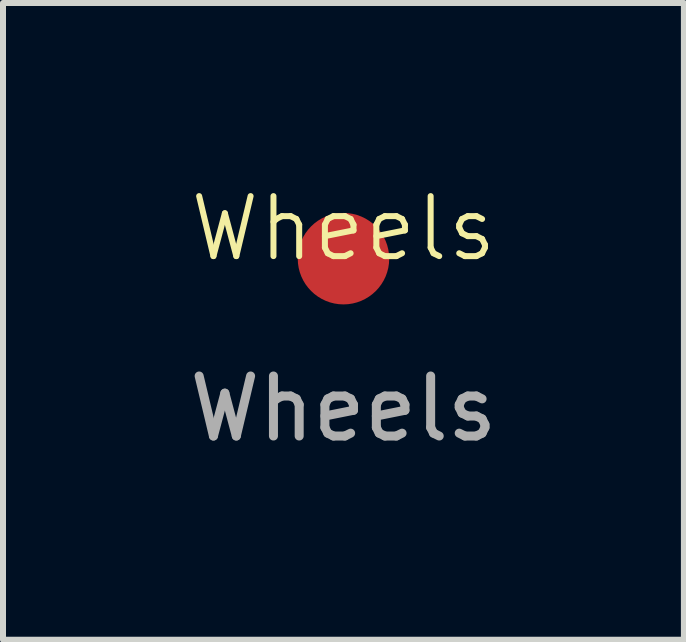
<source format=kicad_pcb>
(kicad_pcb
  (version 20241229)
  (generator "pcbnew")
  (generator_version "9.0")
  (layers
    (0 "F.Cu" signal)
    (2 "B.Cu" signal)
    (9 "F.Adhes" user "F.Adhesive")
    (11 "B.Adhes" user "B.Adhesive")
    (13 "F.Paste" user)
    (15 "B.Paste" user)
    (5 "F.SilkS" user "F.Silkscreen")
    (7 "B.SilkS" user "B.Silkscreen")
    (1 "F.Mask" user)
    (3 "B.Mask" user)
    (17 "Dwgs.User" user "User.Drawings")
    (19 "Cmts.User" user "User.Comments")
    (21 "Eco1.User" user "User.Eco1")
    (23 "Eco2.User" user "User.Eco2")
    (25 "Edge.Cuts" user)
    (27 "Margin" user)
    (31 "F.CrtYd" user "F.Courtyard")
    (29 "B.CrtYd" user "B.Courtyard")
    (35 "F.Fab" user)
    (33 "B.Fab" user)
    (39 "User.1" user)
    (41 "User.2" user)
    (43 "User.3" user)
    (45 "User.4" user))
  (footprint "Wheels"
    (layer "F.Cu")
    (at 2.673 1.26)
    (property "Reference" "Wheels" (at 0 -0.5 0) (unlocked yes) (layer "F.SilkS") (effects (font (size 1 1) (thickness 0.1))))
    (attr through_hole)
    (fp_text user "${REFERENCE}" (at 0 2.5 0) (unlocked yes) (layer "F.Fab") (effects (font (size 1 1) (thickness 0.15))))
    (pad "1" smd circle (at 0 0) (size 1.524 1.524) (layers "F.Cu" "F.Mask" "F.Paste")))
  (gr_rect
    (start -3 -3)
    (end 8.345 7.609)
    (stroke (width 0.1) (type default))
    (fill no)
    (layer "Edge.Cuts")))
</source>
